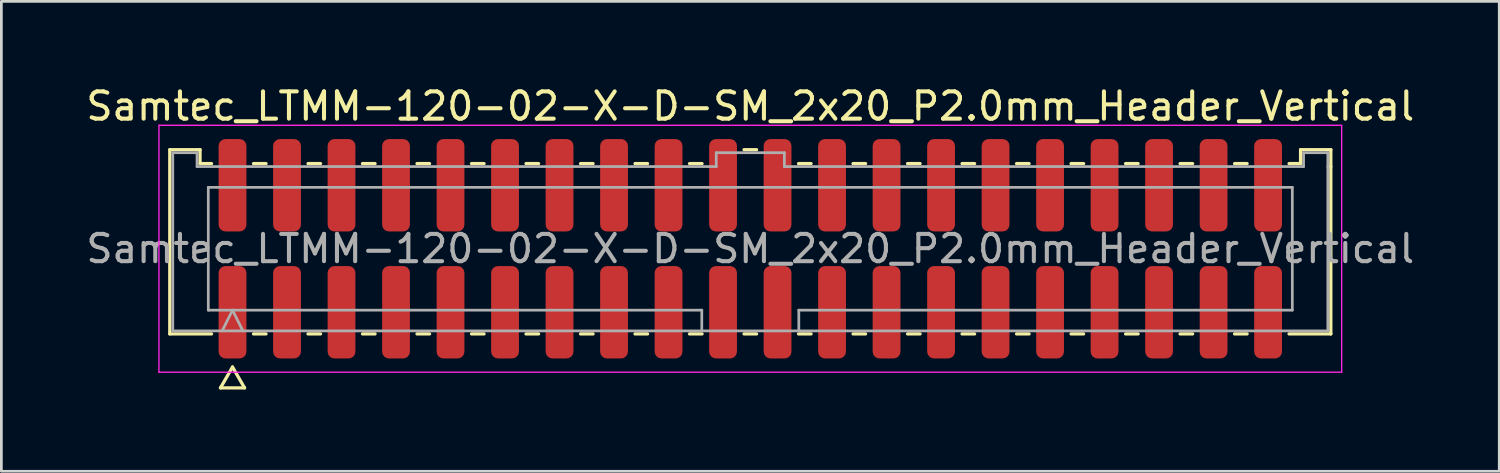
<source format=kicad_pcb>
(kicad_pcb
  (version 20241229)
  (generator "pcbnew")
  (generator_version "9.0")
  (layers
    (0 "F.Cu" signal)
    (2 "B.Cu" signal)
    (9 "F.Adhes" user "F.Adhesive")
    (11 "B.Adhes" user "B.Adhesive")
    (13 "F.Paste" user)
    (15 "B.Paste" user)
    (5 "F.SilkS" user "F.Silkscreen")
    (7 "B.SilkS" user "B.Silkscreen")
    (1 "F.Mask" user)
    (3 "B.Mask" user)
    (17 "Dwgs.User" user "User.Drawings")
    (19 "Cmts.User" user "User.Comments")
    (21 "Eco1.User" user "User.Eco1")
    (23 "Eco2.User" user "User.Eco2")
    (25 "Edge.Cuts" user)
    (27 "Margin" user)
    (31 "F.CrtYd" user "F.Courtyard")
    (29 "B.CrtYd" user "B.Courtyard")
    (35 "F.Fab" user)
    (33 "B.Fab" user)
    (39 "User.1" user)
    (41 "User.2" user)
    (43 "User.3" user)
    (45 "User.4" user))
  (footprint "Samtec_LTMM-120-02-X-D-SM_2x20_P2.0mm_Header_Vertical"
    (layer "F.Cu")
    (at 24.482 6.078)
    (property "Reference" "Samtec_LTMM-120-02-X-D-SM_2x20_P2.0mm_Header_Vertical" (at 0 -5.23 0) (layer "F.SilkS") (effects (font (size 1 1) (thickness 0.15))))
    (attr smd)
    (fp_line (start -21.302 -3.635) (end -20.192 -3.635) (stroke (width 0.12) (type solid)) (layer "F.SilkS"))
    (fp_line (start -21.302 3.125) (end -21.302 -3.635) (stroke (width 0.12) (type solid)) (layer "F.SilkS"))
    (fp_line (start -20.192 -3.635) (end -20.192 -3.125) (stroke (width 0.12) (type solid)) (layer "F.SilkS"))
    (fp_line (start -20.192 -3.125) (end -19.77 -3.125) (stroke (width 0.12) (type solid)) (layer "F.SilkS"))
    (fp_line (start -19.77 3.125) (end -21.302 3.125) (stroke (width 0.12) (type solid)) (layer "F.SilkS"))
    (fp_line (start -19.442 5.105) (end -19 4.34) (stroke (width 0.12) (type solid)) (layer "F.SilkS"))
    (fp_line (start -19 4.34) (end -18.558 5.105) (stroke (width 0.12) (type solid)) (layer "F.SilkS"))
    (fp_line (start -18.558 5.105) (end -19.442 5.105) (stroke (width 0.12) (type solid)) (layer "F.SilkS"))
    (fp_line (start -18.23 -3.125) (end -17.77 -3.125) (stroke (width 0.12) (type solid)) (layer "F.SilkS"))
    (fp_line (start -17.77 3.125) (end -18.23 3.125) (stroke (width 0.12) (type solid)) (layer "F.SilkS"))
    (fp_line (start -16.23 -3.125) (end -15.77 -3.125) (stroke (width 0.12) (type solid)) (layer "F.SilkS"))
    (fp_line (start -15.77 3.125) (end -16.23 3.125) (stroke (width 0.12) (type solid)) (layer "F.SilkS"))
    (fp_line (start -14.23 -3.125) (end -13.77 -3.125) (stroke (width 0.12) (type solid)) (layer "F.SilkS"))
    (fp_line (start -13.77 3.125) (end -14.23 3.125) (stroke (width 0.12) (type solid)) (layer "F.SilkS"))
    (fp_line (start -12.23 -3.125) (end -11.77 -3.125) (stroke (width 0.12) (type solid)) (layer "F.SilkS"))
    (fp_line (start -11.77 3.125) (end -12.23 3.125) (stroke (width 0.12) (type solid)) (layer "F.SilkS"))
    (fp_line (start -10.23 -3.125) (end -9.77 -3.125) (stroke (width 0.12) (type solid)) (layer "F.SilkS"))
    (fp_line (start -9.77 3.125) (end -10.23 3.125) (stroke (width 0.12) (type solid)) (layer "F.SilkS"))
    (fp_line (start -8.23 -3.125) (end -7.77 -3.125) (stroke (width 0.12) (type solid)) (layer "F.SilkS"))
    (fp_line (start -7.77 3.125) (end -8.23 3.125) (stroke (width 0.12) (type solid)) (layer "F.SilkS"))
    (fp_line (start -6.23 -3.125) (end -5.77 -3.125) (stroke (width 0.12) (type solid)) (layer "F.SilkS"))
    (fp_line (start -5.77 3.125) (end -6.23 3.125) (stroke (width 0.12) (type solid)) (layer "F.SilkS"))
    (fp_line (start -4.23 -3.125) (end -3.77 -3.125) (stroke (width 0.12) (type solid)) (layer "F.SilkS"))
    (fp_line (start -3.77 3.125) (end -4.23 3.125) (stroke (width 0.12) (type solid)) (layer "F.SilkS"))
    (fp_line (start -2.23 -3.125) (end -1.77 -3.125) (stroke (width 0.12) (type solid)) (layer "F.SilkS"))
    (fp_line (start -1.77 3.125) (end -2.23 3.125) (stroke (width 0.12) (type solid)) (layer "F.SilkS"))
    (fp_line (start -0.23 -3.635) (end 0.23 -3.635) (stroke (width 0.12) (type solid)) (layer "F.SilkS"))
    (fp_line (start 0.23 3.125) (end -0.23 3.125) (stroke (width 0.12) (type solid)) (layer "F.SilkS"))
    (fp_line (start 1.77 -3.125) (end 2.23 -3.125) (stroke (width 0.12) (type solid)) (layer "F.SilkS"))
    (fp_line (start 2.23 3.125) (end 1.77 3.125) (stroke (width 0.12) (type solid)) (layer "F.SilkS"))
    (fp_line (start 3.77 -3.125) (end 4.23 -3.125) (stroke (width 0.12) (type solid)) (layer "F.SilkS"))
    (fp_line (start 4.23 3.125) (end 3.77 3.125) (stroke (width 0.12) (type solid)) (layer "F.SilkS"))
    (fp_line (start 5.77 -3.125) (end 6.23 -3.125) (stroke (width 0.12) (type solid)) (layer "F.SilkS"))
    (fp_line (start 6.23 3.125) (end 5.77 3.125) (stroke (width 0.12) (type solid)) (layer "F.SilkS"))
    (fp_line (start 7.77 -3.125) (end 8.23 -3.125) (stroke (width 0.12) (type solid)) (layer "F.SilkS"))
    (fp_line (start 8.23 3.125) (end 7.77 3.125) (stroke (width 0.12) (type solid)) (layer "F.SilkS"))
    (fp_line (start 9.77 -3.125) (end 10.23 -3.125) (stroke (width 0.12) (type solid)) (layer "F.SilkS"))
    (fp_line (start 10.23 3.125) (end 9.77 3.125) (stroke (width 0.12) (type solid)) (layer "F.SilkS"))
    (fp_line (start 11.77 -3.125) (end 12.23 -3.125) (stroke (width 0.12) (type solid)) (layer "F.SilkS"))
    (fp_line (start 12.23 3.125) (end 11.77 3.125) (stroke (width 0.12) (type solid)) (layer "F.SilkS"))
    (fp_line (start 13.77 -3.125) (end 14.23 -3.125) (stroke (width 0.12) (type solid)) (layer "F.SilkS"))
    (fp_line (start 14.23 3.125) (end 13.77 3.125) (stroke (width 0.12) (type solid)) (layer "F.SilkS"))
    (fp_line (start 15.77 -3.125) (end 16.23 -3.125) (stroke (width 0.12) (type solid)) (layer "F.SilkS"))
    (fp_line (start 16.23 3.125) (end 15.77 3.125) (stroke (width 0.12) (type solid)) (layer "F.SilkS"))
    (fp_line (start 17.77 -3.125) (end 18.23 -3.125) (stroke (width 0.12) (type solid)) (layer "F.SilkS"))
    (fp_line (start 18.23 3.125) (end 17.77 3.125) (stroke (width 0.12) (type solid)) (layer "F.SilkS"))
    (fp_line (start 19.77 -3.125) (end 20.192 -3.125) (stroke (width 0.12) (type solid)) (layer "F.SilkS"))
    (fp_line (start 20.192 -3.635) (end 21.302 -3.635) (stroke (width 0.12) (type solid)) (layer "F.SilkS"))
    (fp_line (start 20.192 -3.125) (end 20.192 -3.635) (stroke (width 0.12) (type solid)) (layer "F.SilkS"))
    (fp_line (start 21.302 -3.635) (end 21.302 -3.015) (stroke (width 0.12) (type solid)) (layer "F.SilkS"))
    (fp_line (start 21.302 -3.015) (end 21.302 3.125) (stroke (width 0.12) (type solid)) (layer "F.SilkS"))
    (fp_line (start 21.302 3.125) (end 19.77 3.125) (stroke (width 0.12) (type solid)) (layer "F.SilkS"))
    (fp_line (start -21.7 -4.53) (end -21.7 4.53) (stroke (width 0.05) (type solid)) (layer "F.CrtYd"))
    (fp_line (start -21.7 4.53) (end 21.7 4.53) (stroke (width 0.05) (type solid)) (layer "F.CrtYd"))
    (fp_line (start 21.7 -4.53) (end -21.7 -4.53) (stroke (width 0.05) (type solid)) (layer "F.CrtYd"))
    (fp_line (start 21.7 4.53) (end 21.7 -4.53) (stroke (width 0.05) (type solid)) (layer "F.CrtYd"))
    (fp_line (start -21.192 -3.525) (end -20.302 -3.525) (stroke (width 0.1) (type solid)) (layer "F.Fab"))
    (fp_line (start -21.192 3.015) (end -21.192 -3.525) (stroke (width 0.1) (type solid)) (layer "F.Fab"))
    (fp_line (start -20.302 -3.525) (end -20.302 -3.015) (stroke (width 0.1) (type solid)) (layer "F.Fab"))
    (fp_line (start -20.302 -3.015) (end -1.25 -3.015) (stroke (width 0.1) (type solid)) (layer "F.Fab"))
    (fp_line (start -19.889 -2.253) (end 19.889 -2.253) (stroke (width 0.1) (type solid)) (layer "F.Fab"))
    (fp_line (start -19.889 2.253) (end -19.889 -2.253) (stroke (width 0.1) (type solid)) (layer "F.Fab"))
    (fp_line (start -19.381 3.015) (end -19 2.253) (stroke (width 0.1) (type solid)) (layer "F.Fab"))
    (fp_line (start -19 2.253) (end -18.619 3.015) (stroke (width 0.1) (type solid)) (layer "F.Fab"))
    (fp_line (start -1.78 2.253) (end -19.889 2.253) (stroke (width 0.1) (type solid)) (layer "F.Fab"))
    (fp_line (start -1.78 3.015) (end -1.78 2.253) (stroke (width 0.1) (type solid)) (layer "F.Fab"))
    (fp_line (start -1.25 -3.525) (end 1.25 -3.525) (stroke (width 0.1) (type solid)) (layer "F.Fab"))
    (fp_line (start -1.25 -3.015) (end -1.25 -3.525) (stroke (width 0.1) (type solid)) (layer "F.Fab"))
    (fp_line (start 1.25 -3.525) (end 1.25 -3.015) (stroke (width 0.1) (type solid)) (layer "F.Fab"))
    (fp_line (start 1.25 -3.015) (end 20.302 -3.015) (stroke (width 0.1) (type solid)) (layer "F.Fab"))
    (fp_line (start 1.78 2.253) (end 1.78 3.015) (stroke (width 0.1) (type solid)) (layer "F.Fab"))
    (fp_line (start 19.889 -2.253) (end 19.889 2.253) (stroke (width 0.1) (type solid)) (layer "F.Fab"))
    (fp_line (start 19.889 2.253) (end 1.78 2.253) (stroke (width 0.1) (type solid)) (layer "F.Fab"))
    (fp_line (start 20.302 -3.525) (end 21.192 -3.525) (stroke (width 0.1) (type solid)) (layer "F.Fab"))
    (fp_line (start 20.302 -3.015) (end 20.302 -3.525) (stroke (width 0.1) (type solid)) (layer "F.Fab"))
    (fp_line (start 21.192 -3.525) (end 21.192 -3.015) (stroke (width 0.1) (type solid)) (layer "F.Fab"))
    (fp_line (start 21.192 -3.015) (end 21.192 3.015) (stroke (width 0.1) (type solid)) (layer "F.Fab"))
    (fp_line (start 21.192 3.015) (end -21.192 3.015) (stroke (width 0.1) (type solid)) (layer "F.Fab"))
    (fp_text user "${REFERENCE}" (at 0 0 0) (layer "F.Fab") (effects (font (size 1 1) (thickness 0.15))))
    (pad "1" smd roundrect (at -19 2.33) (size 1.02 3.39) (layers "F.Cu" "F.Mask" "F.Paste") (roundrect_rratio 0.245))
    (pad "2" smd roundrect (at -19 -2.33) (size 1.02 3.39) (layers "F.Cu" "F.Mask" "F.Paste") (roundrect_rratio 0.245))
    (pad "3" smd roundrect (at -17 2.33) (size 1.02 3.39) (layers "F.Cu" "F.Mask" "F.Paste") (roundrect_rratio 0.245))
    (pad "4" smd roundrect (at -17 -2.33) (size 1.02 3.39) (layers "F.Cu" "F.Mask" "F.Paste") (roundrect_rratio 0.245))
    (pad "5" smd roundrect (at -15 2.33) (size 1.02 3.39) (layers "F.Cu" "F.Mask" "F.Paste") (roundrect_rratio 0.245))
    (pad "6" smd roundrect (at -15 -2.33) (size 1.02 3.39) (layers "F.Cu" "F.Mask" "F.Paste") (roundrect_rratio 0.245))
    (pad "7" smd roundrect (at -13 2.33) (size 1.02 3.39) (layers "F.Cu" "F.Mask" "F.Paste") (roundrect_rratio 0.245))
    (pad "8" smd roundrect (at -13 -2.33) (size 1.02 3.39) (layers "F.Cu" "F.Mask" "F.Paste") (roundrect_rratio 0.245))
    (pad "9" smd roundrect (at -11 2.33) (size 1.02 3.39) (layers "F.Cu" "F.Mask" "F.Paste") (roundrect_rratio 0.245))
    (pad "10" smd roundrect (at -11 -2.33) (size 1.02 3.39) (layers "F.Cu" "F.Mask" "F.Paste") (roundrect_rratio 0.245))
    (pad "11" smd roundrect (at -9 2.33) (size 1.02 3.39) (layers "F.Cu" "F.Mask" "F.Paste") (roundrect_rratio 0.245))
    (pad "12" smd roundrect (at -9 -2.33) (size 1.02 3.39) (layers "F.Cu" "F.Mask" "F.Paste") (roundrect_rratio 0.245))
    (pad "13" smd roundrect (at -7 2.33) (size 1.02 3.39) (layers "F.Cu" "F.Mask" "F.Paste") (roundrect_rratio 0.245))
    (pad "14" smd roundrect (at -7 -2.33) (size 1.02 3.39) (layers "F.Cu" "F.Mask" "F.Paste") (roundrect_rratio 0.245))
    (pad "15" smd roundrect (at -5 2.33) (size 1.02 3.39) (layers "F.Cu" "F.Mask" "F.Paste") (roundrect_rratio 0.245))
    (pad "16" smd roundrect (at -5 -2.33) (size 1.02 3.39) (layers "F.Cu" "F.Mask" "F.Paste") (roundrect_rratio 0.245))
    (pad "17" smd roundrect (at -3 2.33) (size 1.02 3.39) (layers "F.Cu" "F.Mask" "F.Paste") (roundrect_rratio 0.245))
    (pad "18" smd roundrect (at -3 -2.33) (size 1.02 3.39) (layers "F.Cu" "F.Mask" "F.Paste") (roundrect_rratio 0.245))
    (pad "19" smd roundrect (at -1 2.33) (size 1.02 3.39) (layers "F.Cu" "F.Mask" "F.Paste") (roundrect_rratio 0.245))
    (pad "20" smd roundrect (at -1 -2.33) (size 1.02 3.39) (layers "F.Cu" "F.Mask" "F.Paste") (roundrect_rratio 0.245))
    (pad "21" smd roundrect (at 1 2.33) (size 1.02 3.39) (layers "F.Cu" "F.Mask" "F.Paste") (roundrect_rratio 0.245))
    (pad "22" smd roundrect (at 1 -2.33) (size 1.02 3.39) (layers "F.Cu" "F.Mask" "F.Paste") (roundrect_rratio 0.245))
    (pad "23" smd roundrect (at 3 2.33) (size 1.02 3.39) (layers "F.Cu" "F.Mask" "F.Paste") (roundrect_rratio 0.245))
    (pad "24" smd roundrect (at 3 -2.33) (size 1.02 3.39) (layers "F.Cu" "F.Mask" "F.Paste") (roundrect_rratio 0.245))
    (pad "25" smd roundrect (at 5 2.33) (size 1.02 3.39) (layers "F.Cu" "F.Mask" "F.Paste") (roundrect_rratio 0.245))
    (pad "26" smd roundrect (at 5 -2.33) (size 1.02 3.39) (layers "F.Cu" "F.Mask" "F.Paste") (roundrect_rratio 0.245))
    (pad "27" smd roundrect (at 7 2.33) (size 1.02 3.39) (layers "F.Cu" "F.Mask" "F.Paste") (roundrect_rratio 0.245))
    (pad "28" smd roundrect (at 7 -2.33) (size 1.02 3.39) (layers "F.Cu" "F.Mask" "F.Paste") (roundrect_rratio 0.245))
    (pad "29" smd roundrect (at 9 2.33) (size 1.02 3.39) (layers "F.Cu" "F.Mask" "F.Paste") (roundrect_rratio 0.245))
    (pad "30" smd roundrect (at 9 -2.33) (size 1.02 3.39) (layers "F.Cu" "F.Mask" "F.Paste") (roundrect_rratio 0.245))
    (pad "31" smd roundrect (at 11 2.33) (size 1.02 3.39) (layers "F.Cu" "F.Mask" "F.Paste") (roundrect_rratio 0.245))
    (pad "32" smd roundrect (at 11 -2.33) (size 1.02 3.39) (layers "F.Cu" "F.Mask" "F.Paste") (roundrect_rratio 0.245))
    (pad "33" smd roundrect (at 13 2.33) (size 1.02 3.39) (layers "F.Cu" "F.Mask" "F.Paste") (roundrect_rratio 0.245))
    (pad "34" smd roundrect (at 13 -2.33) (size 1.02 3.39) (layers "F.Cu" "F.Mask" "F.Paste") (roundrect_rratio 0.245))
    (pad "35" smd roundrect (at 15 2.33) (size 1.02 3.39) (layers "F.Cu" "F.Mask" "F.Paste") (roundrect_rratio 0.245))
    (pad "36" smd roundrect (at 15 -2.33) (size 1.02 3.39) (layers "F.Cu" "F.Mask" "F.Paste") (roundrect_rratio 0.245))
    (pad "37" smd roundrect (at 17 2.33) (size 1.02 3.39) (layers "F.Cu" "F.Mask" "F.Paste") (roundrect_rratio 0.245))
    (pad "38" smd roundrect (at 17 -2.33) (size 1.02 3.39) (layers "F.Cu" "F.Mask" "F.Paste") (roundrect_rratio 0.245))
    (pad "39" smd roundrect (at 19 2.33) (size 1.02 3.39) (layers "F.Cu" "F.Mask" "F.Paste") (roundrect_rratio 0.245))
    (pad "40" smd roundrect (at 19 -2.33) (size 1.02 3.39) (layers "F.Cu" "F.Mask" "F.Paste") (roundrect_rratio 0.245)))
  (gr_rect
    (start -3 -3)
    (end 51.964 14.243)
    (stroke (width 0.1) (type default))
    (fill no)
    (layer "Edge.Cuts")))
</source>
